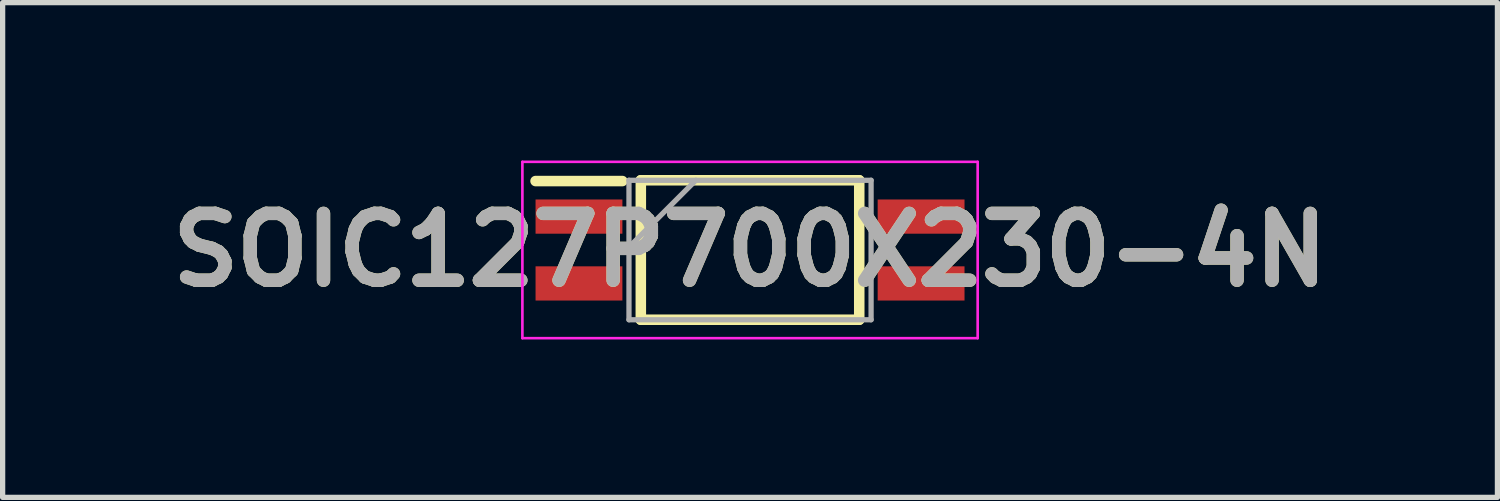
<source format=kicad_pcb>
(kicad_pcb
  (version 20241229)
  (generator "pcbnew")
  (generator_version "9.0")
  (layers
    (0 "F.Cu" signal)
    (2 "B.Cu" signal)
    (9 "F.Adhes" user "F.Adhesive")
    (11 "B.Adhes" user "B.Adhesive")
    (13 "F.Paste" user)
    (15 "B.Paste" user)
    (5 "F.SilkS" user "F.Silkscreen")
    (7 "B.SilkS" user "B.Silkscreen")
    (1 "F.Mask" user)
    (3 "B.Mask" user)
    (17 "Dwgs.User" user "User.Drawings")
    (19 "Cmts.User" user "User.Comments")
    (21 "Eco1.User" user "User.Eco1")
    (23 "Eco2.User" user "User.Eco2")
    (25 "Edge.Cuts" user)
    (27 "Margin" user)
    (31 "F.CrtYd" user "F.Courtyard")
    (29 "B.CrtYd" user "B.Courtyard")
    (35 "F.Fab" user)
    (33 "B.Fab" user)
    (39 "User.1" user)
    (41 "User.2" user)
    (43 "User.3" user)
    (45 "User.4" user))
  (footprint "SOIC127P700X230-4N"
    (layer "F.Cu")
    (at 11.2 1.7)
    (property "Reference" "SOIC127P700X230-4N" (at 0 0 0) (layer "F.SilkS") (effects (font (size 1.27 1.27) (thickness 0.254))))
    (attr smd)
    (fp_line (start -4.075 -1.31) (end -2.425 -1.31) (stroke (width 0.2) (type solid)) (layer "F.SilkS"))
    (fp_line (start -2.075 -1.325) (end 2.075 -1.325) (stroke (width 0.2) (type solid)) (layer "F.SilkS"))
    (fp_line (start -2.075 1.325) (end -2.075 -1.325) (stroke (width 0.2) (type solid)) (layer "F.SilkS"))
    (fp_line (start 2.075 -1.325) (end 2.075 1.325) (stroke (width 0.2) (type solid)) (layer "F.SilkS"))
    (fp_line (start 2.075 1.325) (end -2.075 1.325) (stroke (width 0.2) (type solid)) (layer "F.SilkS"))
    (fp_line (start -4.325 -1.675) (end 4.325 -1.675) (stroke (width 0.05) (type solid)) (layer "F.CrtYd"))
    (fp_line (start -4.325 1.675) (end -4.325 -1.675) (stroke (width 0.05) (type solid)) (layer "F.CrtYd"))
    (fp_line (start 4.325 -1.675) (end 4.325 1.675) (stroke (width 0.05) (type solid)) (layer "F.CrtYd"))
    (fp_line (start 4.325 1.675) (end -4.325 1.675) (stroke (width 0.05) (type solid)) (layer "F.CrtYd"))
    (fp_line (start -2.3 -1.325) (end 2.3 -1.325) (stroke (width 0.1) (type solid)) (layer "F.Fab"))
    (fp_line (start -2.3 -0.055) (end -1.03 -1.325) (stroke (width 0.1) (type solid)) (layer "F.Fab"))
    (fp_line (start -2.3 1.325) (end -2.3 -1.325) (stroke (width 0.1) (type solid)) (layer "F.Fab"))
    (fp_line (start 2.3 -1.325) (end 2.3 1.325) (stroke (width 0.1) (type solid)) (layer "F.Fab"))
    (fp_line (start 2.3 1.325) (end -2.3 1.325) (stroke (width 0.1) (type solid)) (layer "F.Fab"))
    (fp_text user "${REFERENCE}" (at 0 0 0) (layer "F.Fab") (effects (font (size 1.27 1.27) (thickness 0.254))))
    (pad "1" smd rect (at -3.25 -0.635 90) (size 0.65 1.65) (layers "F.Cu" "F.Mask" "F.Paste"))
    (pad "2" smd rect (at -3.25 0.635 90) (size 0.65 1.65) (layers "F.Cu" "F.Mask" "F.Paste"))
    (pad "3" smd rect (at 3.25 0.635 90) (size 0.65 1.65) (layers "F.Cu" "F.Mask" "F.Paste"))
    (pad "4" smd rect (at 3.25 -0.635 90) (size 0.65 1.65) (layers "F.Cu" "F.Mask" "F.Paste")))
  (gr_rect
    (start -3 -3)
    (end 25.4 6.4)
    (stroke (width 0.1) (type default))
    (fill no)
    (layer "Edge.Cuts")))
</source>
